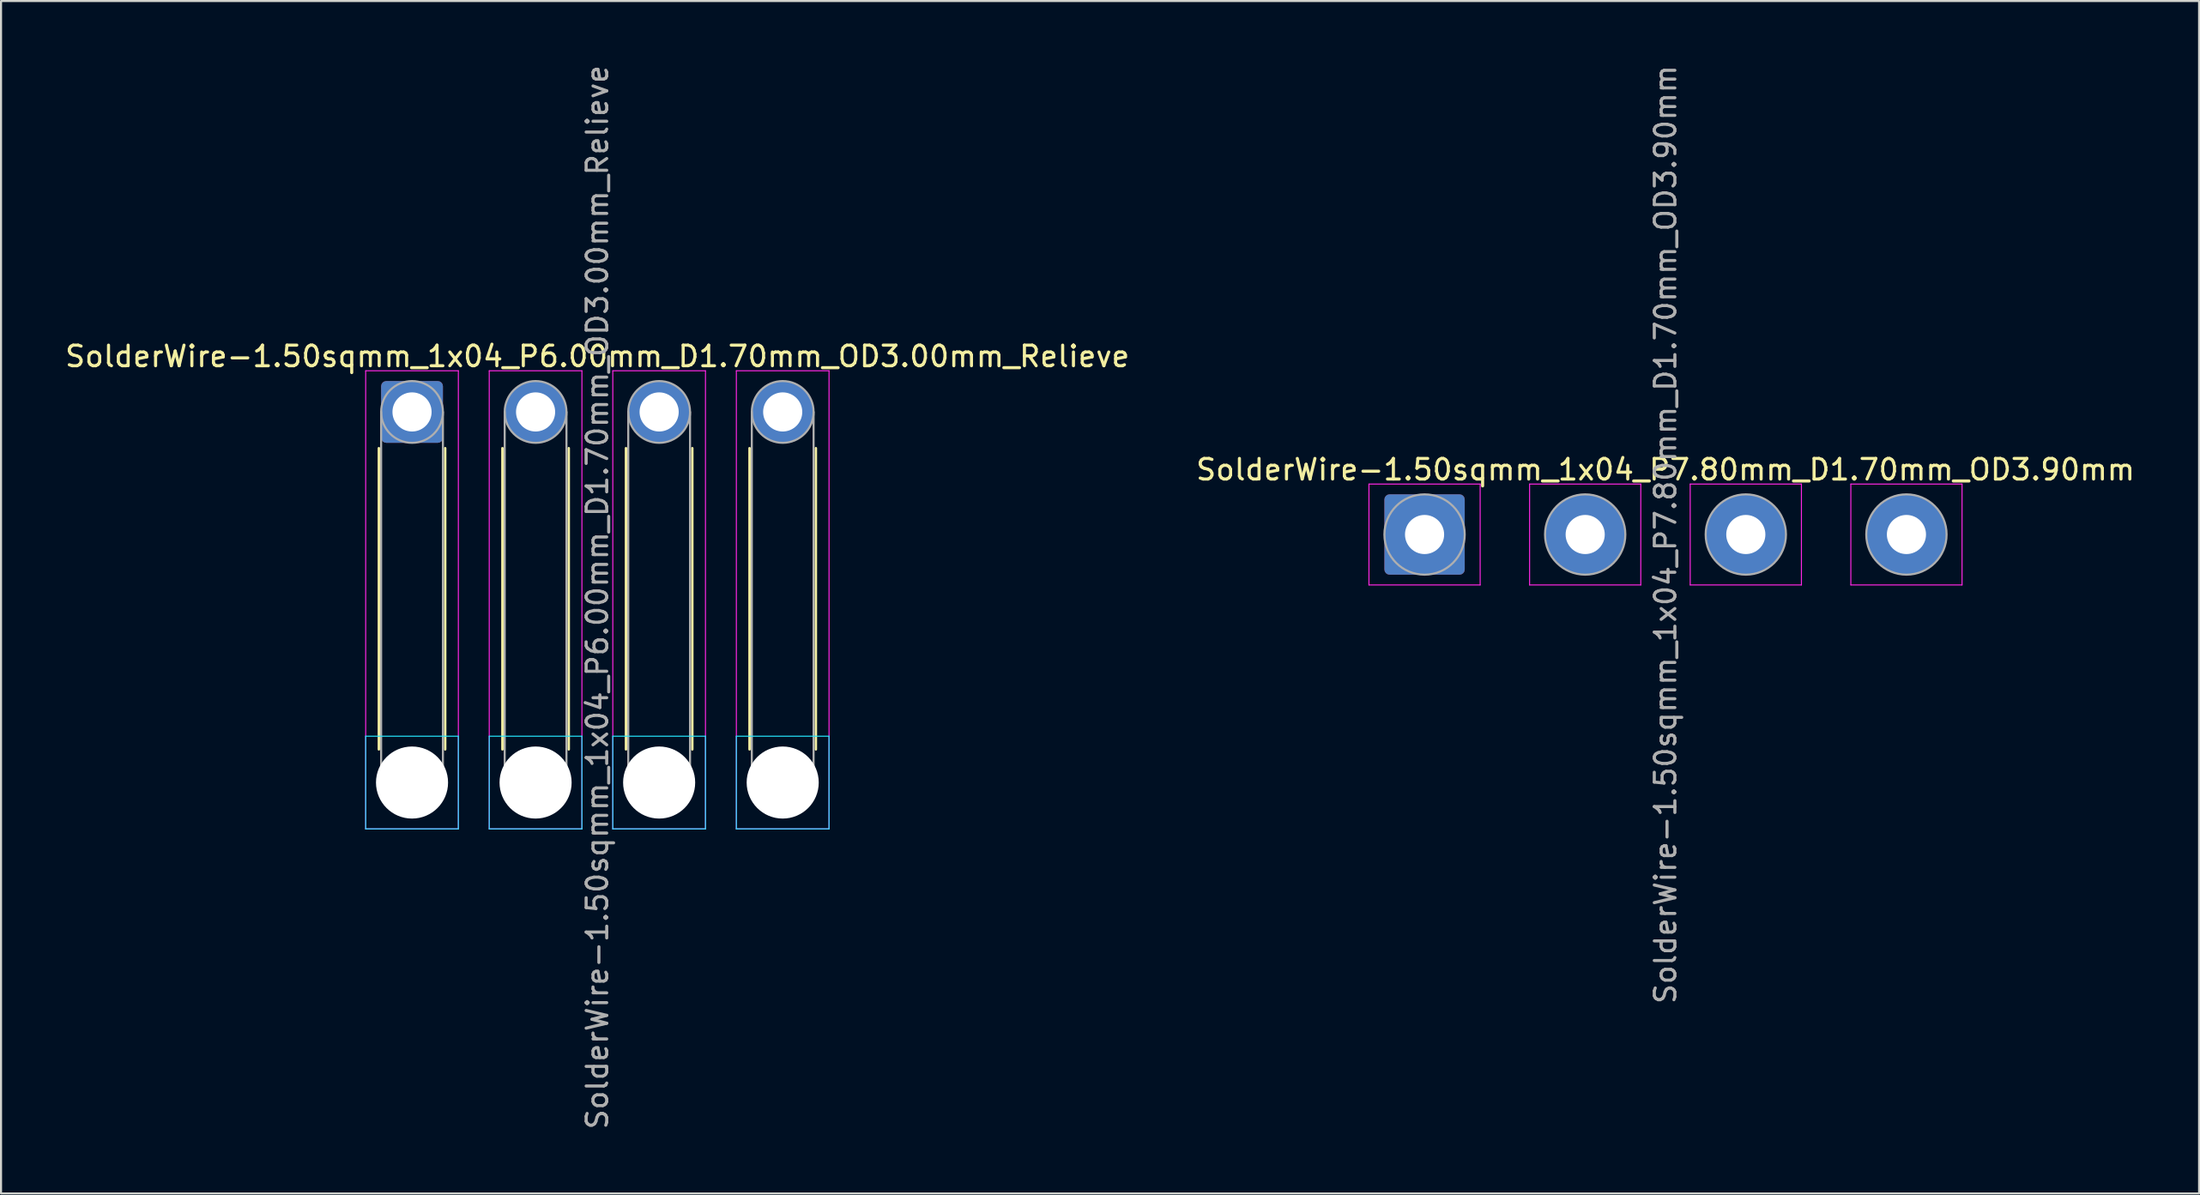
<source format=kicad_pcb>
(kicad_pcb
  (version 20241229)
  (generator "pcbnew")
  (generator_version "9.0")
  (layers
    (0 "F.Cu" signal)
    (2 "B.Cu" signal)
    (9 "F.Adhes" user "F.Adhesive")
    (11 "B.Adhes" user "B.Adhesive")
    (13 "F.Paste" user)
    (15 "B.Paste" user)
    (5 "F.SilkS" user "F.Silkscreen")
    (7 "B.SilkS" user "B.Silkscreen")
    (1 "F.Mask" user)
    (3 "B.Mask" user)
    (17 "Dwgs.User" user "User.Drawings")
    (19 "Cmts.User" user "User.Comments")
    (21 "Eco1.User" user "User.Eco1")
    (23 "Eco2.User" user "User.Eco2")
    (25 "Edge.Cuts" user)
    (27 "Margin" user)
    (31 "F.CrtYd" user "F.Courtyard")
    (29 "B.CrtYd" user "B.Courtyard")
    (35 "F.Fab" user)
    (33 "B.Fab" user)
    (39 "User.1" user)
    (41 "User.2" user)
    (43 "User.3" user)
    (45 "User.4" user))
  (footprint "SolderWire-1.50sqmm_1x04_P6.00mm_D1.70mm_OD3.00mm_Relieve"
    (layer "F.Cu")
    (at 16.958 16.958)
    (property "Reference" "SolderWire-1.50sqmm_1x04_P6.00mm_D1.70mm_OD3.00mm_Relieve" (at 9 -2.7 0) (layer "F.SilkS") (effects (font (size 1 1) (thickness 0.15))))
    (attr exclude_from_pos_files exclude_from_bom)
    (fp_line (start -1.61 1.76) (end -1.61 16.39) (stroke (width 0.12) (type solid)) (layer "F.SilkS"))
    (fp_line (start 1.61 1.76) (end 1.61 16.39) (stroke (width 0.12) (type solid)) (layer "F.SilkS"))
    (fp_line (start 4.39 1.76) (end 4.39 16.39) (stroke (width 0.12) (type solid)) (layer "F.SilkS"))
    (fp_line (start 7.61 1.76) (end 7.61 16.39) (stroke (width 0.12) (type solid)) (layer "F.SilkS"))
    (fp_line (start 10.39 1.76) (end 10.39 16.39) (stroke (width 0.12) (type solid)) (layer "F.SilkS"))
    (fp_line (start 13.61 1.76) (end 13.61 16.39) (stroke (width 0.12) (type solid)) (layer "F.SilkS"))
    (fp_line (start 16.39 1.76) (end 16.39 16.39) (stroke (width 0.12) (type solid)) (layer "F.SilkS"))
    (fp_line (start 19.61 1.76) (end 19.61 16.39) (stroke (width 0.12) (type solid)) (layer "F.SilkS"))
    (fp_line (start -2.25 15.75) (end -2.25 20.25) (stroke (width 0.05) (type solid)) (layer "B.CrtYd"))
    (fp_line (start -2.25 20.25) (end 2.25 20.25) (stroke (width 0.05) (type solid)) (layer "B.CrtYd"))
    (fp_line (start 2.25 15.75) (end -2.25 15.75) (stroke (width 0.05) (type solid)) (layer "B.CrtYd"))
    (fp_line (start 2.25 20.25) (end 2.25 15.75) (stroke (width 0.05) (type solid)) (layer "B.CrtYd"))
    (fp_line (start 3.75 15.75) (end 3.75 20.25) (stroke (width 0.05) (type solid)) (layer "B.CrtYd"))
    (fp_line (start 3.75 20.25) (end 8.25 20.25) (stroke (width 0.05) (type solid)) (layer "B.CrtYd"))
    (fp_line (start 8.25 15.75) (end 3.75 15.75) (stroke (width 0.05) (type solid)) (layer "B.CrtYd"))
    (fp_line (start 8.25 20.25) (end 8.25 15.75) (stroke (width 0.05) (type solid)) (layer "B.CrtYd"))
    (fp_line (start 9.75 15.75) (end 9.75 20.25) (stroke (width 0.05) (type solid)) (layer "B.CrtYd"))
    (fp_line (start 9.75 20.25) (end 14.25 20.25) (stroke (width 0.05) (type solid)) (layer "B.CrtYd"))
    (fp_line (start 14.25 15.75) (end 9.75 15.75) (stroke (width 0.05) (type solid)) (layer "B.CrtYd"))
    (fp_line (start 14.25 20.25) (end 14.25 15.75) (stroke (width 0.05) (type solid)) (layer "B.CrtYd"))
    (fp_line (start 15.75 15.75) (end 15.75 20.25) (stroke (width 0.05) (type solid)) (layer "B.CrtYd"))
    (fp_line (start 15.75 20.25) (end 20.25 20.25) (stroke (width 0.05) (type solid)) (layer "B.CrtYd"))
    (fp_line (start 20.25 15.75) (end 15.75 15.75) (stroke (width 0.05) (type solid)) (layer "B.CrtYd"))
    (fp_line (start 20.25 20.25) (end 20.25 15.75) (stroke (width 0.05) (type solid)) (layer "B.CrtYd"))
    (fp_line (start -2.25 -2) (end -2.25 20.25) (stroke (width 0.05) (type solid)) (layer "F.CrtYd"))
    (fp_line (start -2.25 20.25) (end 2.25 20.25) (stroke (width 0.05) (type solid)) (layer "F.CrtYd"))
    (fp_line (start 2.25 -2) (end -2.25 -2) (stroke (width 0.05) (type solid)) (layer "F.CrtYd"))
    (fp_line (start 2.25 20.25) (end 2.25 -2) (stroke (width 0.05) (type solid)) (layer "F.CrtYd"))
    (fp_line (start 3.75 -2) (end 3.75 20.25) (stroke (width 0.05) (type solid)) (layer "F.CrtYd"))
    (fp_line (start 3.75 20.25) (end 8.25 20.25) (stroke (width 0.05) (type solid)) (layer "F.CrtYd"))
    (fp_line (start 8.25 -2) (end 3.75 -2) (stroke (width 0.05) (type solid)) (layer "F.CrtYd"))
    (fp_line (start 8.25 20.25) (end 8.25 -2) (stroke (width 0.05) (type solid)) (layer "F.CrtYd"))
    (fp_line (start 9.75 -2) (end 9.75 20.25) (stroke (width 0.05) (type solid)) (layer "F.CrtYd"))
    (fp_line (start 9.75 20.25) (end 14.25 20.25) (stroke (width 0.05) (type solid)) (layer "F.CrtYd"))
    (fp_line (start 14.25 -2) (end 9.75 -2) (stroke (width 0.05) (type solid)) (layer "F.CrtYd"))
    (fp_line (start 14.25 20.25) (end 14.25 -2) (stroke (width 0.05) (type solid)) (layer "F.CrtYd"))
    (fp_line (start 15.75 -2) (end 15.75 20.25) (stroke (width 0.05) (type solid)) (layer "F.CrtYd"))
    (fp_line (start 15.75 20.25) (end 20.25 20.25) (stroke (width 0.05) (type solid)) (layer "F.CrtYd"))
    (fp_line (start 20.25 -2) (end 15.75 -2) (stroke (width 0.05) (type solid)) (layer "F.CrtYd"))
    (fp_line (start 20.25 20.25) (end 20.25 -2) (stroke (width 0.05) (type solid)) (layer "F.CrtYd"))
    (fp_line (start -1.5 0) (end -1.5 18) (stroke (width 0.1) (type solid)) (layer "F.Fab"))
    (fp_line (start 1.5 0) (end 1.5 18) (stroke (width 0.1) (type solid)) (layer "F.Fab"))
    (fp_line (start 4.5 0) (end 4.5 18) (stroke (width 0.1) (type solid)) (layer "F.Fab"))
    (fp_line (start 7.5 0) (end 7.5 18) (stroke (width 0.1) (type solid)) (layer "F.Fab"))
    (fp_line (start 10.5 0) (end 10.5 18) (stroke (width 0.1) (type solid)) (layer "F.Fab"))
    (fp_line (start 13.5 0) (end 13.5 18) (stroke (width 0.1) (type solid)) (layer "F.Fab"))
    (fp_line (start 16.5 0) (end 16.5 18) (stroke (width 0.1) (type solid)) (layer "F.Fab"))
    (fp_line (start 19.5 0) (end 19.5 18) (stroke (width 0.1) (type solid)) (layer "F.Fab"))
    (fp_circle (center 0 0) (end 1.5 0) (stroke (width 0.1) (type solid)) (fill no) (layer "F.Fab"))
    (fp_circle (center 0 18) (end 1.5 18) (stroke (width 0.1) (type solid)) (fill no) (layer "F.Fab"))
    (fp_circle (center 6 0) (end 7.5 0) (stroke (width 0.1) (type solid)) (fill no) (layer "F.Fab"))
    (fp_circle (center 6 18) (end 7.5 18) (stroke (width 0.1) (type solid)) (fill no) (layer "F.Fab"))
    (fp_circle (center 12 0) (end 13.5 0) (stroke (width 0.1) (type solid)) (fill no) (layer "F.Fab"))
    (fp_circle (center 12 18) (end 13.5 18) (stroke (width 0.1) (type solid)) (fill no) (layer "F.Fab"))
    (fp_circle (center 18 0) (end 19.5 0) (stroke (width 0.1) (type solid)) (fill no) (layer "F.Fab"))
    (fp_circle (center 18 18) (end 19.5 18) (stroke (width 0.1) (type solid)) (fill no) (layer "F.Fab"))
    (fp_text user "${REFERENCE}" (at 9 9 90) (layer "F.Fab") (effects (font (size 1 1) (thickness 0.15))))
    (pad "" np_thru_hole circle (at 0 18) (size 3.5 3.5) (drill 3.5) (layers "*.Cu" "*.Mask"))
    (pad "" np_thru_hole circle (at 6 18) (size 3.5 3.5) (drill 3.5) (layers "*.Cu" "*.Mask"))
    (pad "" np_thru_hole circle (at 12 18) (size 3.5 3.5) (drill 3.5) (layers "*.Cu" "*.Mask"))
    (pad "" np_thru_hole circle (at 18 18) (size 3.5 3.5) (drill 3.5) (layers "*.Cu" "*.Mask"))
    (pad "1" thru_hole roundrect (at 0 0) (size 3 3) (drill 1.9) (layers "*.Cu" "*.Mask") (roundrect_rratio 0.083))
    (pad "2" thru_hole circle (at 6 0) (size 3 3) (drill 1.9) (layers "*.Cu" "*.Mask"))
    (pad "3" thru_hole circle (at 12 0) (size 3 3) (drill 1.9) (layers "*.Cu" "*.Mask"))
    (pad "4" thru_hole circle (at 18 0) (size 3 3) (drill 1.9) (layers "*.Cu" "*.Mask")))
  (footprint "SolderWire-1.50sqmm_1x04_P7.80mm_D1.70mm_OD3.90mm"
    (layer "F.Cu")
    (at 66.127 22.911)
    (property "Reference" "SolderWire-1.50sqmm_1x04_P7.80mm_D1.70mm_OD3.90mm" (at 11.7 -3.15 0) (layer "F.SilkS") (effects (font (size 1 1) (thickness 0.15))))
    (attr exclude_from_pos_files exclude_from_bom)
    (fp_line (start -2.7 -2.45) (end -2.7 2.45) (stroke (width 0.05) (type solid)) (layer "F.CrtYd"))
    (fp_line (start -2.7 2.45) (end 2.7 2.45) (stroke (width 0.05) (type solid)) (layer "F.CrtYd"))
    (fp_line (start 2.7 -2.45) (end -2.7 -2.45) (stroke (width 0.05) (type solid)) (layer "F.CrtYd"))
    (fp_line (start 2.7 2.45) (end 2.7 -2.45) (stroke (width 0.05) (type solid)) (layer "F.CrtYd"))
    (fp_line (start 5.1 -2.45) (end 5.1 2.45) (stroke (width 0.05) (type solid)) (layer "F.CrtYd"))
    (fp_line (start 5.1 2.45) (end 10.5 2.45) (stroke (width 0.05) (type solid)) (layer "F.CrtYd"))
    (fp_line (start 10.5 -2.45) (end 5.1 -2.45) (stroke (width 0.05) (type solid)) (layer "F.CrtYd"))
    (fp_line (start 10.5 2.45) (end 10.5 -2.45) (stroke (width 0.05) (type solid)) (layer "F.CrtYd"))
    (fp_line (start 12.9 -2.45) (end 12.9 2.45) (stroke (width 0.05) (type solid)) (layer "F.CrtYd"))
    (fp_line (start 12.9 2.45) (end 18.3 2.45) (stroke (width 0.05) (type solid)) (layer "F.CrtYd"))
    (fp_line (start 18.3 -2.45) (end 12.9 -2.45) (stroke (width 0.05) (type solid)) (layer "F.CrtYd"))
    (fp_line (start 18.3 2.45) (end 18.3 -2.45) (stroke (width 0.05) (type solid)) (layer "F.CrtYd"))
    (fp_line (start 20.7 -2.45) (end 20.7 2.45) (stroke (width 0.05) (type solid)) (layer "F.CrtYd"))
    (fp_line (start 20.7 2.45) (end 26.1 2.45) (stroke (width 0.05) (type solid)) (layer "F.CrtYd"))
    (fp_line (start 26.1 -2.45) (end 20.7 -2.45) (stroke (width 0.05) (type solid)) (layer "F.CrtYd"))
    (fp_line (start 26.1 2.45) (end 26.1 -2.45) (stroke (width 0.05) (type solid)) (layer "F.CrtYd"))
    (fp_circle (center 0 0) (end 1.95 0) (stroke (width 0.1) (type solid)) (fill no) (layer "F.Fab"))
    (fp_circle (center 7.8 0) (end 9.75 0) (stroke (width 0.1) (type solid)) (fill no) (layer "F.Fab"))
    (fp_circle (center 15.6 0) (end 17.55 0) (stroke (width 0.1) (type solid)) (fill no) (layer "F.Fab"))
    (fp_circle (center 23.4 0) (end 25.35 0) (stroke (width 0.1) (type solid)) (fill no) (layer "F.Fab"))
    (fp_text user "${REFERENCE}" (at 11.7 0 90) (layer "F.Fab") (effects (font (size 1 1) (thickness 0.15))))
    (pad "1" thru_hole roundrect (at 0 0) (size 3.9 3.9) (drill 1.9) (layers "*.Cu" "*.Mask") (roundrect_rratio 0.064))
    (pad "2" thru_hole circle (at 7.8 0) (size 3.9 3.9) (drill 1.9) (layers "*.Cu" "*.Mask"))
    (pad "3" thru_hole circle (at 15.6 0) (size 3.9 3.9) (drill 1.9) (layers "*.Cu" "*.Mask"))
    (pad "4" thru_hole circle (at 23.4 0) (size 3.9 3.9) (drill 1.9) (layers "*.Cu" "*.Mask")))
  (gr_rect
    (start -3 -3)
    (end 103.738 54.917)
    (stroke (width 0.1) (type default))
    (fill no)
    (layer "Edge.Cuts")))
</source>
